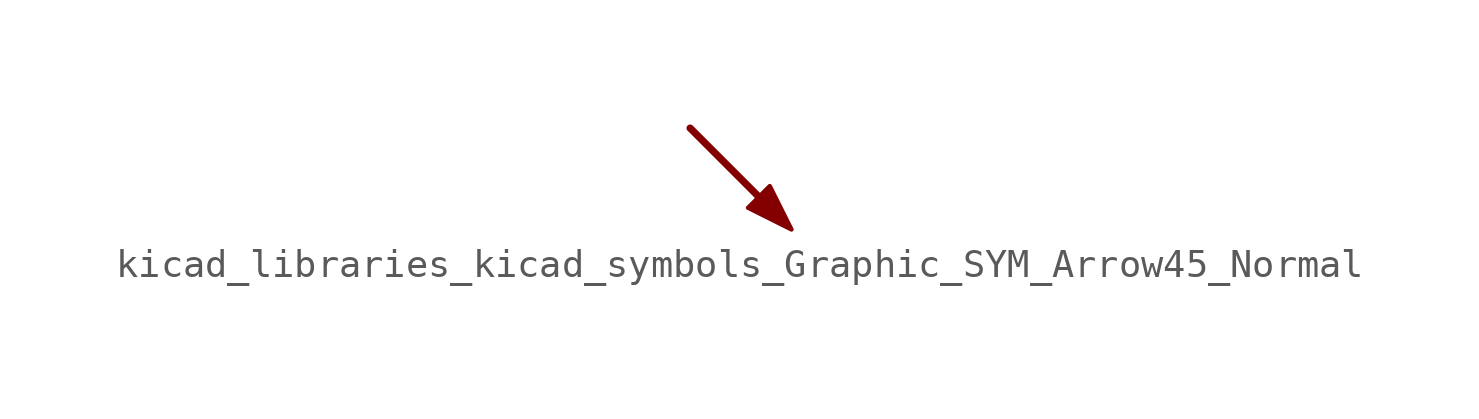
<source format=kicad_sym>
(kicad_symbol_lib
  (version 20220914)
  (generator kicad_symbol_editor)
  (symbol "kicad_libraries_kicad_symbols_Graphic_SYM_Arrow45_Normal"
    (property "Reference" "#SYM"
      (at 3.81 1.27 0)
      (effects (font (size 1.27 1.27)) hide))
    (symbol "kicad_libraries_kicad_symbols_Graphic_SYM_Arrow45_Normal_0_1"
      (polyline (pts (xy 1.524 -1.524) (xy -1.778 1.778)) (stroke (width 0.254) (type default)) (fill (type none)))
      (polyline (pts (xy 1.778 -1.778) (xy 0.254 -1.016) (xy 1.016 -0.254) (xy 1.778 -1.778)) (stroke (width 0) (type default)) (fill (type outline))))))
</source>
